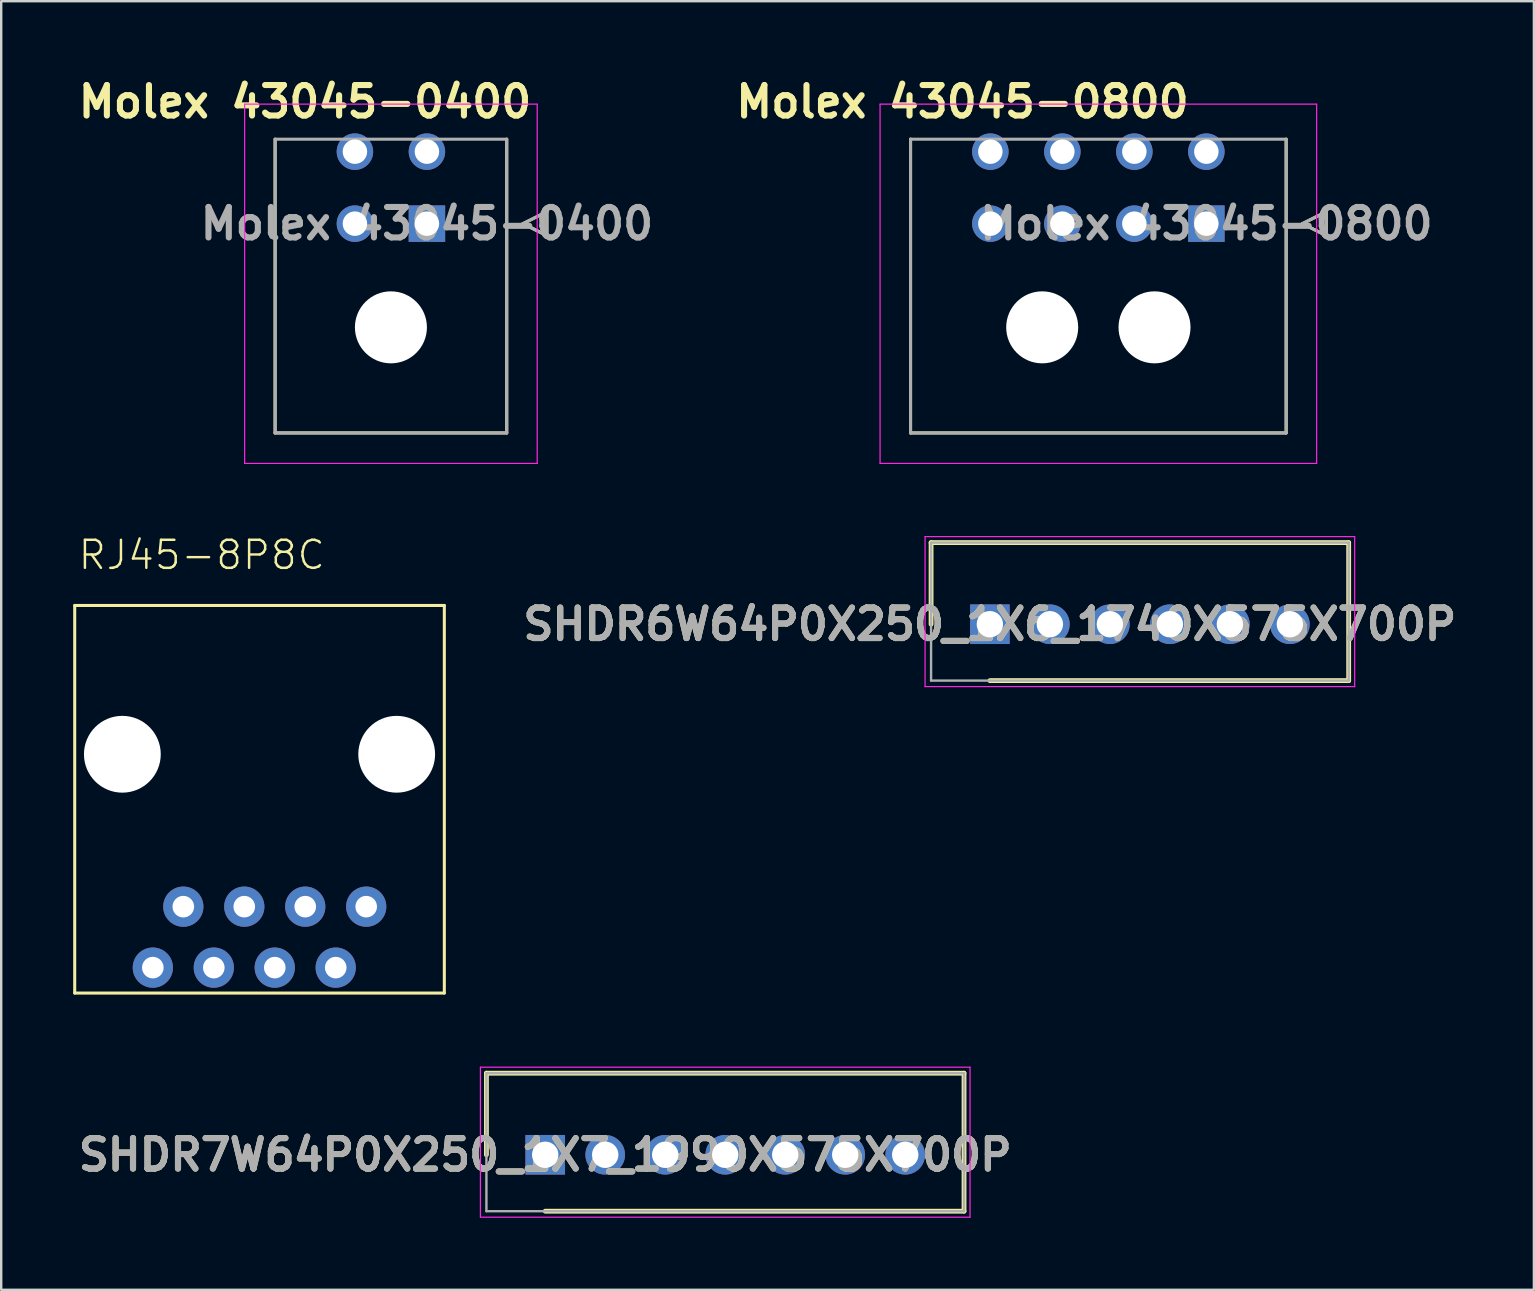
<source format=kicad_pcb>
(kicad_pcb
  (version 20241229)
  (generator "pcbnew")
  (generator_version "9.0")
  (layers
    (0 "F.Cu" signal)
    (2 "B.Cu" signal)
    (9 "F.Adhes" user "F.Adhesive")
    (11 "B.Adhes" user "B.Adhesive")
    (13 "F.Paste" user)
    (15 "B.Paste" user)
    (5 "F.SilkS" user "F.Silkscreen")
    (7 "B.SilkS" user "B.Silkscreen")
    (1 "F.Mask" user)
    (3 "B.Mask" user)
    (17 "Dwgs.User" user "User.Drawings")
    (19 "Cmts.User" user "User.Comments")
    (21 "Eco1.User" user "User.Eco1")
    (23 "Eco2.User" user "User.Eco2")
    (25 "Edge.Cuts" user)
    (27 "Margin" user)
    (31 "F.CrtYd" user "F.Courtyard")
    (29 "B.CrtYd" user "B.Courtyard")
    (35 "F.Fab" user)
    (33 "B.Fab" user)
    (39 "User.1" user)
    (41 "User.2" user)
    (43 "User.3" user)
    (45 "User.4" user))
  (footprint "Molex 43045-0400"
    (layer "F.Cu")
    (at 14.738 6.269)
    (property "Reference" "Molex 43045-0400" (at -5.08 -5.08 0) (layer "F.SilkS") (effects (font (size 1.27 1.27) (thickness 0.254))))
    (attr through_hole)
    (fp_line (start -6.325 8.72) (end -6.325 -3.52) (stroke (width 0.127) (type solid)) (layer "F.SilkS"))
    (fp_line (start 3.325 -3.52) (end 3.325 8.72) (stroke (width 0.127) (type solid)) (layer "F.SilkS"))
    (fp_line (start 3.325 8.72) (end -6.325 8.72) (stroke (width 0.127) (type solid)) (layer "F.SilkS"))
    (fp_line (start 4 0) (end 5 -0.5) (stroke (width 0.127) (type solid)) (layer "F.SilkS"))
    (fp_line (start 5 -0.5) (end 5 0.5) (stroke (width 0.127) (type solid)) (layer "F.SilkS"))
    (fp_line (start 5 0.5) (end 4 0) (stroke (width 0.127) (type solid)) (layer "F.SilkS"))
    (fp_line (start -7.595 -4.979) (end 4.595 -4.979) (stroke (width 0.05) (type solid)) (layer "F.CrtYd"))
    (fp_line (start -7.595 9.99) (end -7.595 -4.979) (stroke (width 0.05) (type solid)) (layer "F.CrtYd"))
    (fp_line (start 4.595 -4.979) (end 4.595 9.99) (stroke (width 0.05) (type solid)) (layer "F.CrtYd"))
    (fp_line (start 4.595 9.99) (end -7.595 9.99) (stroke (width 0.05) (type solid)) (layer "F.CrtYd"))
    (fp_line (start -6.325 -3.52) (end 3.325 -3.52) (stroke (width 0.127) (type solid)) (layer "F.Fab"))
    (fp_line (start -6.325 8.72) (end -6.325 -3.52) (stroke (width 0.127) (type solid)) (layer "F.Fab"))
    (fp_line (start 3.325 -3.52) (end 3.325 8.72) (stroke (width 0.127) (type solid)) (layer "F.Fab"))
    (fp_line (start 3.325 8.72) (end -6.325 8.72) (stroke (width 0.127) (type solid)) (layer "F.Fab"))
    (fp_line (start 4 0) (end 5 -0.5) (stroke (width 0.127) (type solid)) (layer "F.Fab"))
    (fp_line (start 5 -0.5) (end 5 0.5) (stroke (width 0.127) (type solid)) (layer "F.Fab"))
    (fp_line (start 5 0.5) (end 4 0) (stroke (width 0.127) (type solid)) (layer "F.Fab"))
    (fp_text user "${REFERENCE}" (at 0 0 0) (layer "F.Fab") (effects (font (size 1.27 1.27) (thickness 0.254))))
    (pad "" np_thru_hole circle (at -1.5 4.32) (size 3 3) (drill 3) (layers "*.Cu" "*.Mask"))
    (pad "1" thru_hole rect (at 0 0) (size 1.52 1.52) (drill 1.02) (layers "*.Cu" "*.Mask"))
    (pad "2" thru_hole circle (at -3 0) (size 1.52 1.52) (drill 1.02) (layers "*.Cu" "*.Mask"))
    (pad "3" thru_hole circle (at 0 -3) (size 1.52 1.52) (drill 1.02) (layers "*.Cu" "*.Mask"))
    (pad "4" thru_hole circle (at -3 -3) (size 1.52 1.52) (drill 1.02) (layers "*.Cu" "*.Mask")))
  (footprint "SHDR7W64P0X250_1X7_1990X575X700P"
    (layer "F.Cu")
    (at 19.667 45.065)
    (property "Reference" "SHDR7W64P0X250_1X7_1990X575X700P" (at 0 0 0) (layer "F.SilkS") (effects (font (size 1.27 1.27) (thickness 0.254))))
    (attr through_hole)
    (fp_line (start -2.45 -3.4) (end -2.45 0) (stroke (width 0.2) (type solid)) (layer "F.SilkS"))
    (fp_line (start 0 2.35) (end 17.45 2.35) (stroke (width 0.2) (type solid)) (layer "F.SilkS"))
    (fp_line (start 17.45 -3.4) (end -2.45 -3.4) (stroke (width 0.2) (type solid)) (layer "F.SilkS"))
    (fp_line (start 17.45 2.35) (end 17.45 -3.4) (stroke (width 0.2) (type solid)) (layer "F.SilkS"))
    (fp_line (start -2.7 -3.65) (end 17.7 -3.65) (stroke (width 0.05) (type solid)) (layer "F.CrtYd"))
    (fp_line (start -2.7 2.6) (end -2.7 -3.65) (stroke (width 0.05) (type solid)) (layer "F.CrtYd"))
    (fp_line (start 17.7 -3.65) (end 17.7 2.6) (stroke (width 0.05) (type solid)) (layer "F.CrtYd"))
    (fp_line (start 17.7 2.6) (end -2.7 2.6) (stroke (width 0.05) (type solid)) (layer "F.CrtYd"))
    (fp_line (start -2.45 -3.4) (end 17.45 -3.4) (stroke (width 0.1) (type solid)) (layer "F.Fab"))
    (fp_line (start -2.45 2.35) (end -2.45 -3.4) (stroke (width 0.1) (type solid)) (layer "F.Fab"))
    (fp_line (start 17.45 -3.4) (end 17.45 2.35) (stroke (width 0.1) (type solid)) (layer "F.Fab"))
    (fp_line (start 17.45 2.35) (end -2.45 2.35) (stroke (width 0.1) (type solid)) (layer "F.Fab"))
    (fp_text user "${REFERENCE}" (at 0 0 0) (layer "F.Fab") (effects (font (size 1.27 1.27) (thickness 0.254))))
    (pad "1" thru_hole rect (at 0 0) (size 1.65 1.65) (drill 1.1) (layers "*.Cu" "*.Mask"))
    (pad "2" thru_hole circle (at 2.5 0) (size 1.65 1.65) (drill 1.1) (layers "*.Cu" "*.Mask"))
    (pad "3" thru_hole circle (at 5 0) (size 1.65 1.65) (drill 1.1) (layers "*.Cu" "*.Mask"))
    (pad "4" thru_hole circle (at 7.5 0) (size 1.65 1.65) (drill 1.1) (layers "*.Cu" "*.Mask"))
    (pad "5" thru_hole circle (at 10 0) (size 1.65 1.65) (drill 1.1) (layers "*.Cu" "*.Mask"))
    (pad "6" thru_hole circle (at 12.5 0) (size 1.65 1.65) (drill 1.1) (layers "*.Cu" "*.Mask"))
    (pad "7" thru_hole circle (at 15 0) (size 1.65 1.65) (drill 1.1) (layers "*.Cu" "*.Mask")))
  (footprint "RJ45-8P8C"
    (layer "F.Cu")
    (at 7.763 28.377)
    (property "Reference" "RJ45-8P8C" (at -7.62 -7.62 0) (layer "F.SilkS") (effects (font (size 1.168 1.168) (thickness 0.102)) (justify left bottom)))
    (fp_line (start -7.7 -6.2) (end 7.7 -6.2) (stroke (width 0.127) (type solid)) (layer "F.SilkS"))
    (fp_line (start -7.7 9.95) (end -7.7 -6.2) (stroke (width 0.127) (type solid)) (layer "F.SilkS"))
    (fp_line (start 7.7 -6.2) (end 7.7 9.95) (stroke (width 0.127) (type solid)) (layer "F.SilkS"))
    (fp_line (start 7.7 9.95) (end -7.7 9.95) (stroke (width 0.127) (type solid)) (layer "F.SilkS"))
    (pad "" np_thru_hole circle (at -5.715 0) (size 3.2 3.2) (drill 3.2) (layers "*.Cu" "*.Mask"))
    (pad "" np_thru_hole circle (at 5.715 0) (size 3.2 3.2) (drill 3.2) (layers "*.Cu" "*.Mask"))
    (pad "1" thru_hole circle (at 4.445 6.35) (size 1.676 1.676) (drill 0.9) (layers "*.Cu" "*.Mask"))
    (pad "2" thru_hole circle (at 3.175 8.89) (size 1.676 1.676) (drill 0.9) (layers "*.Cu" "*.Mask"))
    (pad "3" thru_hole circle (at 1.905 6.35) (size 1.676 1.676) (drill 0.9) (layers "*.Cu" "*.Mask"))
    (pad "4" thru_hole circle (at 0.635 8.89) (size 1.676 1.676) (drill 0.9) (layers "*.Cu" "*.Mask"))
    (pad "5" thru_hole circle (at -0.635 6.35) (size 1.676 1.676) (drill 0.9) (layers "*.Cu" "*.Mask"))
    (pad "6" thru_hole circle (at -1.905 8.89) (size 1.676 1.676) (drill 0.9) (layers "*.Cu" "*.Mask"))
    (pad "7" thru_hole circle (at -3.175 6.35) (size 1.676 1.676) (drill 0.9) (layers "*.Cu" "*.Mask"))
    (pad "8" thru_hole circle (at -4.445 8.89) (size 1.676 1.676) (drill 0.9) (layers "*.Cu" "*.Mask")))
  (footprint "SHDR6W64P0X250_1X6_1740X575X700P"
    (layer "F.Cu")
    (at 38.194 22.959)
    (property "Reference" "SHDR6W64P0X250_1X6_1740X575X700P" (at 0 0 0) (layer "F.SilkS") (effects (font (size 1.27 1.27) (thickness 0.254))))
    (attr through_hole)
    (fp_line (start -2.45 -3.4) (end -2.45 0) (stroke (width 0.2) (type solid)) (layer "F.SilkS"))
    (fp_line (start 0 2.35) (end 14.95 2.35) (stroke (width 0.2) (type solid)) (layer "F.SilkS"))
    (fp_line (start 14.95 -3.4) (end -2.45 -3.4) (stroke (width 0.2) (type solid)) (layer "F.SilkS"))
    (fp_line (start 14.95 2.35) (end 14.95 -3.4) (stroke (width 0.2) (type solid)) (layer "F.SilkS"))
    (fp_line (start -2.7 -3.65) (end 15.2 -3.65) (stroke (width 0.05) (type solid)) (layer "F.CrtYd"))
    (fp_line (start -2.7 2.6) (end -2.7 -3.65) (stroke (width 0.05) (type solid)) (layer "F.CrtYd"))
    (fp_line (start 15.2 -3.65) (end 15.2 2.6) (stroke (width 0.05) (type solid)) (layer "F.CrtYd"))
    (fp_line (start 15.2 2.6) (end -2.7 2.6) (stroke (width 0.05) (type solid)) (layer "F.CrtYd"))
    (fp_line (start -2.45 -3.4) (end 14.95 -3.4) (stroke (width 0.1) (type solid)) (layer "F.Fab"))
    (fp_line (start -2.45 2.35) (end -2.45 -3.4) (stroke (width 0.1) (type solid)) (layer "F.Fab"))
    (fp_line (start 14.95 -3.4) (end 14.95 2.35) (stroke (width 0.1) (type solid)) (layer "F.Fab"))
    (fp_line (start 14.95 2.35) (end -2.45 2.35) (stroke (width 0.1) (type solid)) (layer "F.Fab"))
    (fp_text user "${REFERENCE}" (at 0 0 0) (layer "F.Fab") (effects (font (size 1.27 1.27) (thickness 0.254))))
    (pad "1" thru_hole rect (at 0 0) (size 1.65 1.65) (drill 1.1) (layers "*.Cu" "*.Mask"))
    (pad "2" thru_hole circle (at 2.5 0) (size 1.65 1.65) (drill 1.1) (layers "*.Cu" "*.Mask"))
    (pad "3" thru_hole circle (at 5 0) (size 1.65 1.65) (drill 1.1) (layers "*.Cu" "*.Mask"))
    (pad "4" thru_hole circle (at 7.5 0) (size 1.65 1.65) (drill 1.1) (layers "*.Cu" "*.Mask"))
    (pad "5" thru_hole circle (at 10 0) (size 1.65 1.65) (drill 1.1) (layers "*.Cu" "*.Mask"))
    (pad "6" thru_hole circle (at 12.5 0) (size 1.65 1.65) (drill 1.1) (layers "*.Cu" "*.Mask")))
  (footprint "Molex 43045-0800"
    (layer "F.Cu")
    (at 47.214 6.269)
    (property "Reference" "Molex 43045-0800" (at -10.16 -5.08 0) (layer "F.SilkS") (effects (font (size 1.27 1.27) (thickness 0.254))))
    (attr through_hole)
    (fp_line (start -12.325 8.72) (end -12.325 -3.52) (stroke (width 0.127) (type solid)) (layer "F.SilkS"))
    (fp_line (start 3.325 -3.52) (end 3.325 8.72) (stroke (width 0.127) (type solid)) (layer "F.SilkS"))
    (fp_line (start 3.325 8.72) (end -12.325 8.72) (stroke (width 0.127) (type solid)) (layer "F.SilkS"))
    (fp_line (start 4 0) (end 5 -0.5) (stroke (width 0.127) (type solid)) (layer "F.SilkS"))
    (fp_line (start 5 -0.5) (end 5 0.5) (stroke (width 0.127) (type solid)) (layer "F.SilkS"))
    (fp_line (start 5 0.5) (end 4 0) (stroke (width 0.127) (type solid)) (layer "F.SilkS"))
    (fp_line (start -13.595 -4.979) (end 4.595 -4.979) (stroke (width 0.05) (type solid)) (layer "F.CrtYd"))
    (fp_line (start -13.595 9.99) (end -13.595 -4.979) (stroke (width 0.05) (type solid)) (layer "F.CrtYd"))
    (fp_line (start 4.595 -4.979) (end 4.595 9.99) (stroke (width 0.05) (type solid)) (layer "F.CrtYd"))
    (fp_line (start 4.595 9.99) (end -13.595 9.99) (stroke (width 0.05) (type solid)) (layer "F.CrtYd"))
    (fp_line (start -12.325 -3.52) (end 3.325 -3.52) (stroke (width 0.127) (type solid)) (layer "F.Fab"))
    (fp_line (start -12.325 8.72) (end -12.325 -3.52) (stroke (width 0.127) (type solid)) (layer "F.Fab"))
    (fp_line (start 3.325 -3.52) (end 3.325 8.72) (stroke (width 0.127) (type solid)) (layer "F.Fab"))
    (fp_line (start 3.325 8.72) (end -12.325 8.72) (stroke (width 0.127) (type solid)) (layer "F.Fab"))
    (fp_line (start 4 0) (end 5 -0.5) (stroke (width 0.127) (type solid)) (layer "F.Fab"))
    (fp_line (start 5 -0.5) (end 5 0.5) (stroke (width 0.127) (type solid)) (layer "F.Fab"))
    (fp_line (start 5 0.5) (end 4 0) (stroke (width 0.127) (type solid)) (layer "F.Fab"))
    (fp_text user "${REFERENCE}" (at 0 0 0) (layer "F.Fab") (effects (font (size 1.27 1.27) (thickness 0.254))))
    (pad "" np_thru_hole circle (at -6.84 4.32) (size 3 3) (drill 3) (layers "*.Cu" "*.Mask"))
    (pad "" np_thru_hole circle (at -2.16 4.32) (size 3 3) (drill 3) (layers "*.Cu" "*.Mask"))
    (pad "1" thru_hole rect (at 0 0) (size 1.52 1.52) (drill 1.02) (layers "*.Cu" "*.Mask"))
    (pad "2" thru_hole circle (at -3 0) (size 1.52 1.52) (drill 1.02) (layers "*.Cu" "*.Mask"))
    (pad "3" thru_hole circle (at -6 0) (size 1.52 1.52) (drill 1.02) (layers "*.Cu" "*.Mask"))
    (pad "4" thru_hole circle (at -9 0) (size 1.52 1.52) (drill 1.02) (layers "*.Cu" "*.Mask"))
    (pad "5" thru_hole circle (at 0 -3) (size 1.52 1.52) (drill 1.02) (layers "*.Cu" "*.Mask"))
    (pad "6" thru_hole circle (at -3 -3) (size 1.52 1.52) (drill 1.02) (layers "*.Cu" "*.Mask"))
    (pad "7" thru_hole circle (at -6 -3) (size 1.52 1.52) (drill 1.02) (layers "*.Cu" "*.Mask"))
    (pad "8" thru_hole circle (at -9 -3) (size 1.52 1.52) (drill 1.02) (layers "*.Cu" "*.Mask")))
  (gr_rect
    (start -3 -3)
    (end 60.861 50.69)
    (stroke (width 0.1) (type default))
    (fill no)
    (layer "Edge.Cuts")))
</source>
